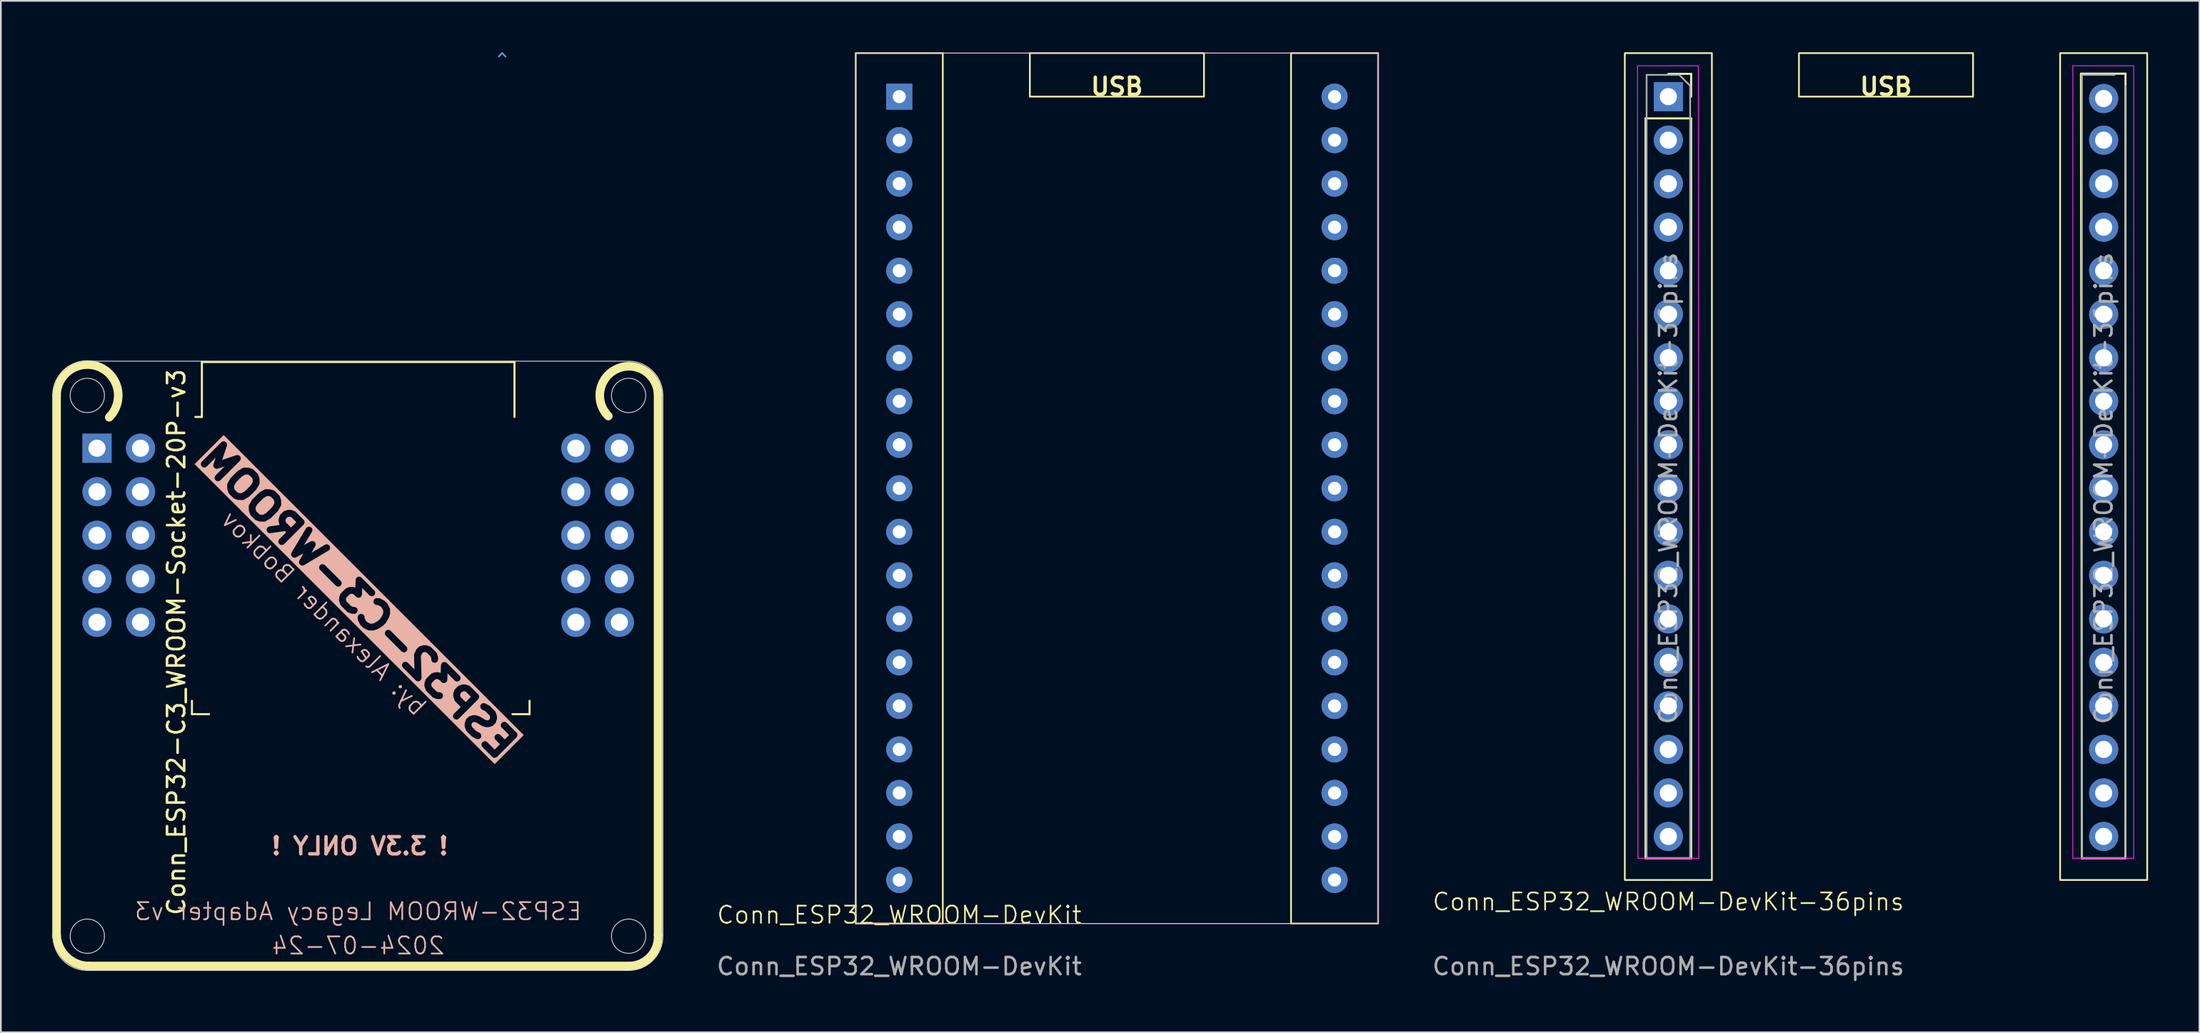
<source format=kicad_pcb>
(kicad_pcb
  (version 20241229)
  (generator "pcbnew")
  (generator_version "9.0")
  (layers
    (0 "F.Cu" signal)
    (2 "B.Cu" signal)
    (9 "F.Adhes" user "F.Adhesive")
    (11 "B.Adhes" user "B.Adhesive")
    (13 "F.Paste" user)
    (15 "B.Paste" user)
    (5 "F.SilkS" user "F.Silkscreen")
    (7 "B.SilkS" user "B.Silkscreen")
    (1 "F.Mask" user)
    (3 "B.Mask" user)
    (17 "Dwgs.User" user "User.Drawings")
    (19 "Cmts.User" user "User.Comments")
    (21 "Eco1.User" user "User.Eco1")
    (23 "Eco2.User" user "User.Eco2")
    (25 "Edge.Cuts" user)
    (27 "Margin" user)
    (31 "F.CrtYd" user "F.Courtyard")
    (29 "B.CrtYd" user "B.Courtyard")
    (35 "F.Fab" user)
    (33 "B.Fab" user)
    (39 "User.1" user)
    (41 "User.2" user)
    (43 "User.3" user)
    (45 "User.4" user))
  (footprint "Conn_ESP32_WROOM-DevKit-36pins"
    (layer "F.Cu")
    (at 94.3 50.85)
    (property "Reference" "Conn_ESP32_WROOM-DevKit-36pins" (at 0 -1.27 0) (unlocked yes) (layer "F.SilkS") (effects (font (size 1 1) (thickness 0.1))))
    (attr through_hole)
    (fp_line (start -1.33 -46.99) (end -1.33 -3.81) (stroke (width 0.12) (type solid)) (layer "F.SilkS"))
    (fp_line (start -1.33 -46.99) (end 1.33 -46.99) (stroke (width 0.12) (type solid)) (layer "F.SilkS"))
    (fp_line (start -1.33 -3.81) (end 1.33 -3.81) (stroke (width 0.12) (type solid)) (layer "F.SilkS"))
    (fp_line (start 0 -49.59) (end 1.33 -49.59) (stroke (width 0.12) (type solid)) (layer "F.SilkS"))
    (fp_line (start 1.33 -49.59) (end 1.33 -48.26) (stroke (width 0.12) (type solid)) (layer "F.SilkS"))
    (fp_line (start 1.33 -46.99) (end 1.33 -3.81) (stroke (width 0.12) (type solid)) (layer "F.SilkS"))
    (fp_line (start 24.075 -49.6) (end 24.13 -3.81) (stroke (width 0.12) (type solid)) (layer "F.SilkS"))
    (fp_line (start 24.075 -49.6) (end 26.675 -49.6) (stroke (width 0.12) (type solid)) (layer "F.SilkS"))
    (fp_line (start 24.13 -3.81) (end 26.67 -3.81) (stroke (width 0.12) (type solid)) (layer "F.SilkS"))
    (fp_line (start 26.675 -49.6) (end 26.67 -3.81) (stroke (width 0.12) (type solid)) (layer "F.SilkS"))
    (fp_rect (start -2.54 -50.8) (end 2.54 -2.54) (stroke (width 0.1) (type default)) (fill no) (layer "F.SilkS"))
    (fp_rect (start 7.62 -50.8) (end 17.78 -48.26) (stroke (width 0.1) (type default)) (fill no) (layer "F.SilkS"))
    (fp_rect (start 22.86 -50.8) (end 27.94 -2.54) (stroke (width 0.1) (type default)) (fill no) (layer "F.SilkS"))
    (fp_line (start -1.8 -50.06) (end 1.75 -50.06) (stroke (width 0.05) (type solid)) (layer "F.CrtYd"))
    (fp_line (start -1.775 -3.81) (end -1.8 -50.06) (stroke (width 0.05) (type solid)) (layer "F.CrtYd"))
    (fp_line (start 1.75 -50.06) (end 1.775 -3.81) (stroke (width 0.05) (type solid)) (layer "F.CrtYd"))
    (fp_line (start 1.775 -3.81) (end -1.775 -3.81) (stroke (width 0.05) (type solid)) (layer "F.CrtYd"))
    (fp_line (start 23.6 -50.06) (end 27.15 -50.06) (stroke (width 0.05) (type solid)) (layer "F.CrtYd"))
    (fp_line (start 23.6 -3.81) (end 23.6 -50.06) (stroke (width 0.05) (type solid)) (layer "F.CrtYd"))
    (fp_line (start 27.15 -50.06) (end 27.15 -3.81) (stroke (width 0.05) (type solid)) (layer "F.CrtYd"))
    (fp_line (start 27.175 -3.81) (end 23.625 -3.81) (stroke (width 0.05) (type solid)) (layer "F.CrtYd"))
    (fp_line (start -1.27 -49.53) (end 0.635 -49.53) (stroke (width 0.1) (type solid)) (layer "F.Fab"))
    (fp_line (start -1.27 -3.81) (end -1.27 -49.53) (stroke (width 0.1) (type solid)) (layer "F.Fab"))
    (fp_line (start 0.635 -49.53) (end 1.27 -48.895) (stroke (width 0.1) (type solid)) (layer "F.Fab"))
    (fp_line (start 1.27 -48.895) (end 1.27 -3.81) (stroke (width 0.1) (type solid)) (layer "F.Fab"))
    (fp_line (start 1.27 -3.81) (end -1.27 -3.81) (stroke (width 0.1) (type solid)) (layer "F.Fab"))
    (fp_line (start 24.13 -49.53) (end 26.035 -49.53) (stroke (width 0.1) (type solid)) (layer "F.Fab"))
    (fp_line (start 24.13 -3.81) (end 24.13 -49.53) (stroke (width 0.1) (type solid)) (layer "F.Fab"))
    (fp_line (start 26.67 -48.895) (end 26.67 -3.81) (stroke (width 0.1) (type solid)) (layer "F.Fab"))
    (fp_line (start 26.67 -3.81) (end 24.13 -3.81) (stroke (width 0.1) (type solid)) (layer "F.Fab"))
    (fp_text user "USB" (at 12.7 -48.26 0) (unlocked yes) (layer "F.SilkS") (effects (font (size 1 1) (thickness 0.2) (bold yes)) (justify bottom)))
    (fp_text user "${REFERENCE}" (at 0 -25.4 90) (layer "F.Fab") (effects (font (size 1 1) (thickness 0.15))))
    (fp_text user "${REFERENCE}" (at 0 2.5 0) (unlocked yes) (layer "F.Fab") (effects (font (size 1 1) (thickness 0.15))))
    (fp_text user "${REFERENCE}" (at 25.4 -25.4 90) (layer "F.Fab") (effects (font (size 1 1) (thickness 0.15))))
    (pad "1" thru_hole rect (at 0 -48.26) (size 1.7 1.7) (drill 1) (layers "*.Cu" "*.Mask"))
    (pad "2" thru_hole oval (at 0 -45.72) (size 1.7 1.7) (drill 1) (layers "*.Cu" "*.Mask"))
    (pad "3" thru_hole oval (at 0 -43.18) (size 1.7 1.7) (drill 1) (layers "*.Cu" "*.Mask"))
    (pad "4" thru_hole oval (at 0 -40.64) (size 1.7 1.7) (drill 1) (layers "*.Cu" "*.Mask"))
    (pad "5" thru_hole oval (at 0 -38.1) (size 1.7 1.7) (drill 1) (layers "*.Cu" "*.Mask"))
    (pad "6" thru_hole oval (at 0 -35.56) (size 1.7 1.7) (drill 1) (layers "*.Cu" "*.Mask"))
    (pad "7" thru_hole oval (at 0 -33.02) (size 1.7 1.7) (drill 1) (layers "*.Cu" "*.Mask"))
    (pad "8" thru_hole oval (at 0 -30.48) (size 1.7 1.7) (drill 1) (layers "*.Cu" "*.Mask"))
    (pad "9" thru_hole oval (at 0 -27.94) (size 1.7 1.7) (drill 1) (layers "*.Cu" "*.Mask"))
    (pad "10" thru_hole oval (at 0 -25.4) (size 1.7 1.7) (drill 1) (layers "*.Cu" "*.Mask"))
    (pad "11" thru_hole oval (at 0 -22.86) (size 1.7 1.7) (drill 1) (layers "*.Cu" "*.Mask"))
    (pad "12" thru_hole oval (at 0 -20.32) (size 1.7 1.7) (drill 1) (layers "*.Cu" "*.Mask"))
    (pad "13" thru_hole oval (at 0 -17.78) (size 1.7 1.7) (drill 1) (layers "*.Cu" "*.Mask"))
    (pad "14" thru_hole oval (at 0 -15.24) (size 1.7 1.7) (drill 1) (layers "*.Cu" "*.Mask"))
    (pad "15" thru_hole oval (at 0 -12.7) (size 1.7 1.7) (drill 1) (layers "*.Cu" "*.Mask"))
    (pad "16" thru_hole oval (at 0 -10.16) (size 1.7 1.7) (drill 1) (layers "*.Cu" "*.Mask"))
    (pad "17" thru_hole oval (at 0 -7.62) (size 1.7 1.7) (drill 1) (layers "*.Cu" "*.Mask"))
    (pad "18" thru_hole oval (at 0 -5.08) (size 1.7 1.7) (drill 1) (layers "*.Cu" "*.Mask"))
    (pad "19" thru_hole oval (at 25.4 -5.08) (size 1.7 1.7) (drill 1) (layers "*.Cu" "*.Mask"))
    (pad "20" thru_hole oval (at 25.4 -7.62) (size 1.7 1.7) (drill 1) (layers "*.Cu" "*.Mask"))
    (pad "21" thru_hole oval (at 25.4 -10.16) (size 1.7 1.7) (drill 1) (layers "*.Cu" "*.Mask"))
    (pad "22" thru_hole oval (at 25.4 -12.7) (size 1.7 1.7) (drill 1) (layers "*.Cu" "*.Mask"))
    (pad "23" thru_hole oval (at 25.4 -15.24) (size 1.7 1.7) (drill 1) (layers "*.Cu" "*.Mask"))
    (pad "24" thru_hole oval (at 25.4 -17.78) (size 1.7 1.7) (drill 1) (layers "*.Cu" "*.Mask"))
    (pad "25" thru_hole oval (at 25.4 -20.32) (size 1.7 1.7) (drill 1) (layers "*.Cu" "*.Mask"))
    (pad "26" thru_hole oval (at 25.4 -22.86) (size 1.7 1.7) (drill 1) (layers "*.Cu" "*.Mask"))
    (pad "27" thru_hole oval (at 25.4 -25.4) (size 1.7 1.7) (drill 1) (layers "*.Cu" "*.Mask"))
    (pad "28" thru_hole oval (at 25.4 -27.94) (size 1.7 1.7) (drill 1) (layers "*.Cu" "*.Mask"))
    (pad "29" thru_hole oval (at 25.4 -30.48) (size 1.7 1.7) (drill 1) (layers "*.Cu" "*.Mask"))
    (pad "30" thru_hole oval (at 25.4 -33.02) (size 1.7 1.7) (drill 1) (layers "*.Cu" "*.Mask"))
    (pad "31" thru_hole oval (at 25.4 -35.56) (size 1.7 1.7) (drill 1) (layers "*.Cu" "*.Mask"))
    (pad "32" thru_hole oval (at 25.4 -38.1) (size 1.7 1.7) (drill 1) (layers "*.Cu" "*.Mask"))
    (pad "33" thru_hole oval (at 25.4 -40.64) (size 1.7 1.7) (drill 1) (layers "*.Cu" "*.Mask"))
    (pad "34" thru_hole oval (at 25.4 -43.18) (size 1.7 1.7) (drill 1) (layers "*.Cu" "*.Mask"))
    (pad "35" thru_hole oval (at 25.4 -45.72) (size 1.7 1.7) (drill 1) (layers "*.Cu" "*.Mask"))
    (pad "36" thru_hole oval (at 25.4 -48.15) (size 1.7 1.7) (drill 1) (layers "*.Cu" "*.Mask")))
  (footprint "Conn_ESP32-C3_WROOM-Socket-20P-v3"
    (layer "F.Cu")
    (at 17.85 30.73)
    (property "Reference" "Conn_ESP32-C3_WROOM-Socket-20P-v3" (at -10.61 3.7 90) (layer "F.SilkS") (effects (font (size 1 1) (thickness 0.15))))
    (attr through_hole)
    (fp_line (start -17.6 -10.685) (end -17.6 20.9) (stroke (width 0.5) (type default)) (layer "F.SilkS"))
    (fp_line (start -9.7 7.12) (end -9.7 7.9) (stroke (width 0.12) (type solid)) (layer "F.SilkS"))
    (fp_line (start -9.7 7.9) (end -8.7 7.9) (stroke (width 0.12) (type solid)) (layer "F.SilkS"))
    (fp_line (start -9.12 -12.652) (end -9.12 -9.445) (stroke (width 0.12) (type solid)) (layer "F.SilkS"))
    (fp_line (start -9.12 -12.652) (end 9.12 -12.652) (stroke (width 0.12) (type solid)) (layer "F.SilkS"))
    (fp_line (start -9.12 -9.445) (end -9.5 -9.445) (stroke (width 0.12) (type solid)) (layer "F.SilkS"))
    (fp_line (start 9.12 -12.652) (end 9.12 -9.445) (stroke (width 0.12) (type solid)) (layer "F.SilkS"))
    (fp_line (start 10 7.12) (end 10 7.9) (stroke (width 0.12) (type solid)) (layer "F.SilkS"))
    (fp_line (start 10 7.9) (end 9 7.9) (stroke (width 0.12) (type solid)) (layer "F.SilkS"))
    (fp_line (start 15.885 22.6) (end -15.7 22.6) (stroke (width 0.5) (type default)) (layer "F.SilkS"))
    (fp_line (start 17.5 -10.8) (end 17.5 20.785) (stroke (width 0.5) (type default)) (layer "F.SilkS"))
    (fp_arc (start -17.6 -10.6854) (mid -15.117897 -12.365818) (end -14.527166 -9.427166) (stroke (width 0.5) (type default)) (layer "F.SilkS"))
    (fp_arc (start -15.700001 22.60263) (mid -17.00953 22.080265) (end -17.6 20.8) (stroke (width 0.5) (type default)) (layer "F.SilkS"))
    (fp_arc (start 14.595841 -9.495841) (mid 15.10238 -12.253486) (end 17.499999 -10.8) (stroke (width 0.5) (type default)) (layer "F.SilkS"))
    (fp_arc (start 17.5 20.7854) (mid 17.071898 22.033759) (end 15.880748 22.601944) (stroke (width 0.5) (type default)) (layer "F.SilkS"))
    (fp_line (start 8.4 -30.68) (end 8.2 -30.48) (stroke (width 0.1) (type solid)) (layer "Cmts.User"))
    (fp_line (start 8.4 -30.68) (end 8.6 -30.48) (stroke (width 0.1) (type solid)) (layer "Cmts.User"))
    (fp_line (start -17.805 20.86) (end -17.805 -10.7) (stroke (width 0.05) (type default)) (layer "Edge.Cuts"))
    (fp_line (start -15.805 -12.7) (end 15.78 -12.7) (stroke (width 0.05) (type default)) (layer "Edge.Cuts"))
    (fp_line (start 15.78 22.86) (end -15.805 22.86) (stroke (width 0.05) (type default)) (layer "Edge.Cuts"))
    (fp_line (start 17.78 -10.7) (end 17.78 20.86) (stroke (width 0.05) (type default)) (layer "Edge.Cuts"))
    (fp_arc (start -17.8054 -10.7) (mid -17.219614 -12.114214) (end -15.8054 -12.7) (stroke (width 0.05) (type default)) (layer "Edge.Cuts"))
    (fp_arc (start -15.8054 22.86) (mid -17.219614 22.274214) (end -17.8054 20.86) (stroke (width 0.05) (type default)) (layer "Edge.Cuts"))
    (fp_arc (start 15.78 -12.7) (mid 17.194214 -12.114214) (end 17.78 -10.7) (stroke (width 0.05) (type default)) (layer "Edge.Cuts"))
    (fp_arc (start 17.78 20.86) (mid 17.194214 22.274214) (end 15.78 22.86) (stroke (width 0.05) (type default)) (layer "Edge.Cuts"))
    (fp_circle (center -15.805 -10.7) (end -14.805 -10.7) (stroke (width 0.05) (type default)) (fill no) (layer "Edge.Cuts"))
    (fp_circle (center -15.805 20.86) (end -14.805 20.86) (stroke (width 0.05) (type default)) (fill no) (layer "Edge.Cuts"))
    (fp_circle (center 15.78 -10.7) (end 16.78 -10.7) (stroke (width 0.05) (type default)) (fill no) (layer "Edge.Cuts"))
    (fp_circle (center 15.78 20.86) (end 16.78 20.86) (stroke (width 0.05) (type default)) (fill no) (layer "Edge.Cuts"))
    (fp_text user "! 3.3V ONLY !" (at 0.1 15.6 0) (unlocked yes) (layer "B.SilkS") (effects (font (size 1 1) (thickness 0.2) (bold yes)) (justify mirror)))
    (fp_text user "2024-07-24" (at 0 22 0) (unlocked yes) (layer "B.SilkS") (effects (font (size 1 1) (thickness 0.1)) (justify bottom mirror)))
    (fp_text user "by: Alexander Bobkov" (at -2 2 315) (unlocked yes) (layer "B.SilkS") (effects (font (size 1 1) (thickness 0.1)) (justify mirror)))
    (fp_text user "ESP32-C3-WROOM" (at 0 1.27 315) (unlocked yes) (layer "B.SilkS" knockout) (effects (font (size 1.6 1.7) (thickness 0.4) (bold yes)) (justify mirror)))
    (fp_text user "ESP32-WROOM Legacy Adapter v3" (at 0 20 0) (unlocked yes) (layer "B.SilkS") (effects (font (size 1 1) (thickness 0.1)) (justify bottom mirror)))
    (pad "1" thru_hole rect (at -15.24 -7.62) (size 1.7 1.7) (drill 1) (layers "*.Cu" "*.Mask"))
    (pad "2" thru_hole circle (at -12.7 -7.62) (size 1.7 1.7) (drill 1) (layers "*.Cu" "*.Mask"))
    (pad "3" thru_hole circle (at -15.24 -5.08) (size 1.7 1.7) (drill 1) (layers "*.Cu" "*.Mask"))
    (pad "4" thru_hole circle (at -12.7 -5.08) (size 1.7 1.7) (drill 1) (layers "*.Cu" "*.Mask"))
    (pad "5" thru_hole circle (at -15.24 -2.54) (size 1.7 1.7) (drill 1) (layers "*.Cu" "*.Mask"))
    (pad "6" thru_hole circle (at -12.7 -2.54) (size 1.7 1.7) (drill 1) (layers "*.Cu" "*.Mask"))
    (pad "7" thru_hole circle (at -15.24 0) (size 1.7 1.7) (drill 1) (layers "*.Cu" "*.Mask"))
    (pad "8" thru_hole circle (at -12.7 0) (size 1.7 1.7) (drill 1) (layers "*.Cu" "*.Mask"))
    (pad "9" thru_hole circle (at -15.24 2.54) (size 1.7 1.7) (drill 1) (layers "*.Cu" "*.Mask"))
    (pad "10" thru_hole circle (at -12.7 2.54) (size 1.7 1.7) (drill 1) (layers "*.Cu" "*.Mask"))
    (pad "11" thru_hole circle (at 15.24 2.54) (size 1.7 1.7) (drill 1) (layers "*.Cu" "*.Mask"))
    (pad "12" thru_hole circle (at 12.7 2.54) (size 1.7 1.7) (drill 1) (layers "*.Cu" "*.Mask"))
    (pad "13" thru_hole circle (at 15.24 0) (size 1.7 1.7) (drill 1) (layers "*.Cu" "*.Mask"))
    (pad "14" thru_hole circle (at 12.7 0) (size 1.7 1.7) (drill 1) (layers "*.Cu" "*.Mask"))
    (pad "15" thru_hole circle (at 15.24 -2.54) (size 1.7 1.7) (drill 1) (layers "*.Cu" "*.Mask"))
    (pad "16" thru_hole circle (at 12.7 -2.54) (size 1.7 1.7) (drill 1) (layers "*.Cu" "*.Mask"))
    (pad "17" thru_hole circle (at 15.24 -5.08) (size 1.7 1.7) (drill 1) (layers "*.Cu" "*.Mask"))
    (pad "18" thru_hole circle (at 12.7 -5.08) (size 1.7 1.7) (drill 1) (layers "*.Cu" "*.Mask"))
    (pad "19" thru_hole circle (at 15.24 -7.62) (size 1.7 1.7) (drill 1) (layers "*.Cu" "*.Mask"))
    (pad "20" thru_hole circle (at 12.7 -7.62) (size 1.7 1.7) (drill 1) (layers "*.Cu" "*.Mask")))
  (footprint "Conn_ESP32_WROOM-DevKit"
    (layer "F.Cu")
    (at 49.423 50.85)
    (property "Reference" "Conn_ESP32_WROOM-DevKit" (at 0 -0.5 0) (unlocked yes) (layer "F.SilkS") (effects (font (size 1 1) (thickness 0.1))))
    (attr through_hole)
    (fp_rect (start -2.54 -50.8) (end 2.54 0) (stroke (width 0.1) (type default)) (fill no) (layer "F.SilkS"))
    (fp_rect (start 7.62 -50.8) (end 17.78 -48.26) (stroke (width 0.1) (type default)) (fill no) (layer "F.SilkS"))
    (fp_rect (start 22.86 -50.8) (end 27.94 0) (stroke (width 0.1) (type default)) (fill no) (layer "F.SilkS"))
    (fp_rect (start -2.54 -50.8) (end 27.94 0) (stroke (width 0.05) (type default)) (fill no) (layer "Edge.Cuts"))
    (fp_rect (start -2.54 -50.8) (end 2.54 0) (stroke (width 0.1) (type default)) (fill no) (layer "Margin"))
    (fp_rect (start 22.86 -50.8) (end 27.94 0) (stroke (width 0.1) (type default)) (fill no) (layer "Margin"))
    (fp_rect (start -2.54 -50.8) (end 27.94 0) (stroke (width 0.05) (type default)) (fill no) (layer "F.CrtYd"))
    (fp_text user "USB" (at 12.7 -48.26 0) (unlocked yes) (layer "F.SilkS") (effects (font (size 1 1) (thickness 0.2) (bold yes)) (justify bottom)))
    (fp_text user "${REFERENCE}" (at 0 2.5 0) (unlocked yes) (layer "F.Fab") (effects (font (size 1 1) (thickness 0.15))))
    (pad "1" thru_hole rect (at 0 -48.26) (size 1.524 1.524) (drill 0.762) (layers "*.Cu" "*.Mask"))
    (pad "2" thru_hole circle (at 0 -45.72) (size 1.524 1.524) (drill 0.762) (layers "*.Cu" "*.Mask"))
    (pad "3" thru_hole circle (at 0 -43.18) (size 1.524 1.524) (drill 0.762) (layers "*.Cu" "*.Mask"))
    (pad "4" thru_hole circle (at 0 -40.64) (size 1.524 1.524) (drill 0.762) (layers "*.Cu" "*.Mask"))
    (pad "5" thru_hole circle (at 0 -38.1) (size 1.524 1.524) (drill 0.762) (layers "*.Cu" "*.Mask"))
    (pad "6" thru_hole circle (at 0 -35.56) (size 1.524 1.524) (drill 0.762) (layers "*.Cu" "*.Mask"))
    (pad "7" thru_hole circle (at 0 -33.02) (size 1.524 1.524) (drill 0.762) (layers "*.Cu" "*.Mask"))
    (pad "8" thru_hole circle (at 0 -30.48) (size 1.524 1.524) (drill 0.762) (layers "*.Cu" "*.Mask"))
    (pad "9" thru_hole circle (at 0 -27.94) (size 1.524 1.524) (drill 0.762) (layers "*.Cu" "*.Mask"))
    (pad "10" thru_hole circle (at 0 -25.4) (size 1.524 1.524) (drill 0.762) (layers "*.Cu" "*.Mask"))
    (pad "11" thru_hole circle (at 0 -22.86) (size 1.524 1.524) (drill 0.762) (layers "*.Cu" "*.Mask"))
    (pad "12" thru_hole circle (at 0 -20.32) (size 1.524 1.524) (drill 0.762) (layers "*.Cu" "*.Mask"))
    (pad "13" thru_hole circle (at 0 -17.78) (size 1.524 1.524) (drill 0.762) (layers "*.Cu" "*.Mask"))
    (pad "14" thru_hole circle (at 0 -15.24) (size 1.524 1.524) (drill 0.762) (layers "*.Cu" "*.Mask"))
    (pad "15" thru_hole circle (at 0 -12.7) (size 1.524 1.524) (drill 0.762) (layers "*.Cu" "*.Mask"))
    (pad "16" thru_hole circle (at 0 -10.16) (size 1.524 1.524) (drill 0.762) (layers "*.Cu" "*.Mask"))
    (pad "17" thru_hole circle (at 0 -7.62) (size 1.524 1.524) (drill 0.762) (layers "*.Cu" "*.Mask"))
    (pad "18" thru_hole circle (at 0 -5.08) (size 1.524 1.524) (drill 0.762) (layers "*.Cu" "*.Mask"))
    (pad "19" thru_hole circle (at 0 -2.54) (size 1.524 1.524) (drill 0.762) (layers "*.Cu" "*.Mask"))
    (pad "20" thru_hole circle (at 25.4 -2.54) (size 1.524 1.524) (drill 0.762) (layers "*.Cu" "*.Mask"))
    (pad "21" thru_hole circle (at 25.4 -5.08) (size 1.524 1.524) (drill 0.762) (layers "*.Cu" "*.Mask"))
    (pad "22" thru_hole circle (at 25.4 -7.62) (size 1.524 1.524) (drill 0.762) (layers "*.Cu" "*.Mask"))
    (pad "23" thru_hole circle (at 25.4 -10.16) (size 1.524 1.524) (drill 0.762) (layers "*.Cu" "*.Mask"))
    (pad "24" thru_hole circle (at 25.4 -12.7) (size 1.524 1.524) (drill 0.762) (layers "*.Cu" "*.Mask"))
    (pad "25" thru_hole circle (at 25.4 -15.24) (size 1.524 1.524) (drill 0.762) (layers "*.Cu" "*.Mask"))
    (pad "26" thru_hole circle (at 25.4 -17.78) (size 1.524 1.524) (drill 0.762) (layers "*.Cu" "*.Mask"))
    (pad "27" thru_hole circle (at 25.4 -20.32) (size 1.524 1.524) (drill 0.762) (layers "*.Cu" "*.Mask"))
    (pad "28" thru_hole circle (at 25.4 -22.86) (size 1.524 1.524) (drill 0.762) (layers "*.Cu" "*.Mask"))
    (pad "29" thru_hole circle (at 25.4 -25.4) (size 1.524 1.524) (drill 0.762) (layers "*.Cu" "*.Mask"))
    (pad "30" thru_hole circle (at 25.4 -27.94) (size 1.524 1.524) (drill 0.762) (layers "*.Cu" "*.Mask"))
    (pad "31" thru_hole circle (at 25.4 -30.48) (size 1.524 1.524) (drill 0.762) (layers "*.Cu" "*.Mask"))
    (pad "32" thru_hole circle (at 25.4 -33.02) (size 1.524 1.524) (drill 0.762) (layers "*.Cu" "*.Mask"))
    (pad "33" thru_hole circle (at 25.4 -35.56) (size 1.524 1.524) (drill 0.762) (layers "*.Cu" "*.Mask"))
    (pad "34" thru_hole circle (at 25.4 -38.1) (size 1.524 1.524) (drill 0.762) (layers "*.Cu" "*.Mask"))
    (pad "35" thru_hole circle (at 25.4 -40.64) (size 1.524 1.524) (drill 0.762) (layers "*.Cu" "*.Mask"))
    (pad "36" thru_hole circle (at 25.4 -43.18) (size 1.524 1.524) (drill 0.762) (layers "*.Cu" "*.Mask"))
    (pad "37" thru_hole circle (at 25.4 -45.72) (size 1.524 1.524) (drill 0.762) (layers "*.Cu" "*.Mask"))
    (pad "38" thru_hole circle (at 25.4 -48.26) (size 1.524 1.524) (drill 0.762) (layers "*.Cu" "*.Mask")))
  (gr_rect
    (start -3 -3)
    (end 125.29 57.198)
    (stroke (width 0.1) (type default))
    (fill no)
    (layer "Edge.Cuts")))
</source>
